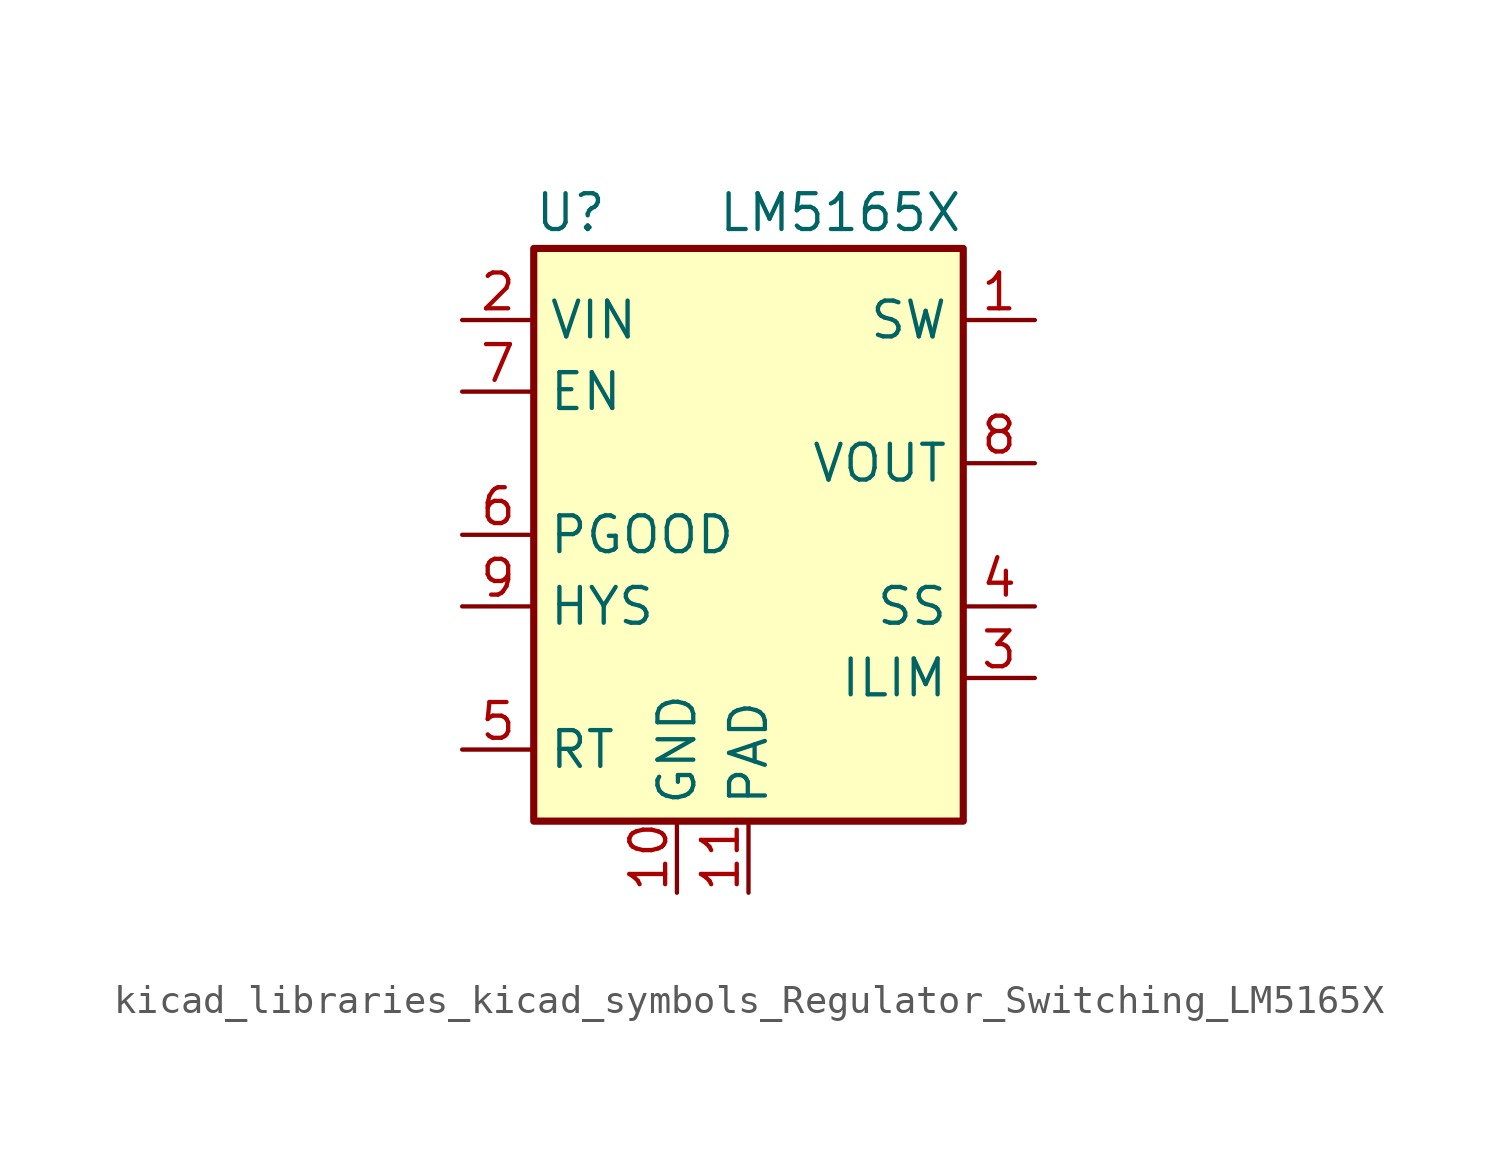
<source format=kicad_sym>
(kicad_symbol_lib
  (version 20220914)
  (generator kicad_symbol_editor)
  (symbol "kicad_libraries_kicad_symbols_Regulator_Switching_LM5165X"
    (property "Reference" "U"
      (at -7.62 11.43 0)
      (effects (font (size 1.27 1.27)) (justify left)))
    (property "Value" "LM5165X"
      (at 7.62 11.43 0)
      (effects (font (size 1.27 1.27)) (justify right)))
    (symbol "kicad_libraries_kicad_symbols_Regulator_Switching_LM5165X_0_1"
      (rectangle (start -7.62 10.16) (end 7.62 -10.16) (stroke (width 0.254) (type default)) (fill (type background))))
    (symbol "kicad_libraries_kicad_symbols_Regulator_Switching_LM5165X_1_1"
      (pin power_out line (at 10.16 7.62 180) (length 2.54) (name "SW" (effects (font (size 1.27 1.27)))) (number "1" (effects (font (size 1.27 1.27)))))
      (pin power_in line (at -2.54 -12.7 90) (length 2.54) (name "GND" (effects (font (size 1.27 1.27)))) (number "10" (effects (font (size 1.27 1.27)))))
      (pin power_in line (at 0 -12.7 90) (length 2.54) (name "PAD" (effects (font (size 1.27 1.27)))) (number "11" (effects (font (size 1.27 1.27)))))
      (pin power_in line (at -10.16 7.62 0) (length 2.54) (name "VIN" (effects (font (size 1.27 1.27)))) (number "2" (effects (font (size 1.27 1.27)))))
      (pin input line (at 10.16 -5.08 180) (length 2.54) (name "ILIM" (effects (font (size 1.27 1.27)))) (number "3" (effects (font (size 1.27 1.27)))))
      (pin input line (at 10.16 -2.54 180) (length 2.54) (name "SS" (effects (font (size 1.27 1.27)))) (number "4" (effects (font (size 1.27 1.27)))))
      (pin input line (at -10.16 -7.62 0) (length 2.54) (name "RT" (effects (font (size 1.27 1.27)))) (number "5" (effects (font (size 1.27 1.27)))))
      (pin output line (at -10.16 0 0) (length 2.54) (name "PGOOD" (effects (font (size 1.27 1.27)))) (number "6" (effects (font (size 1.27 1.27)))))
      (pin input line (at -10.16 5.08 0) (length 2.54) (name "EN" (effects (font (size 1.27 1.27)))) (number "7" (effects (font (size 1.27 1.27)))))
      (pin input line (at 10.16 2.54 180) (length 2.54) (name "VOUT" (effects (font (size 1.27 1.27)))) (number "8" (effects (font (size 1.27 1.27)))))
      (pin output line (at -10.16 -2.54 0) (length 2.54) (name "HYS" (effects (font (size 1.27 1.27)))) (number "9" (effects (font (size 1.27 1.27))))))))
</source>
